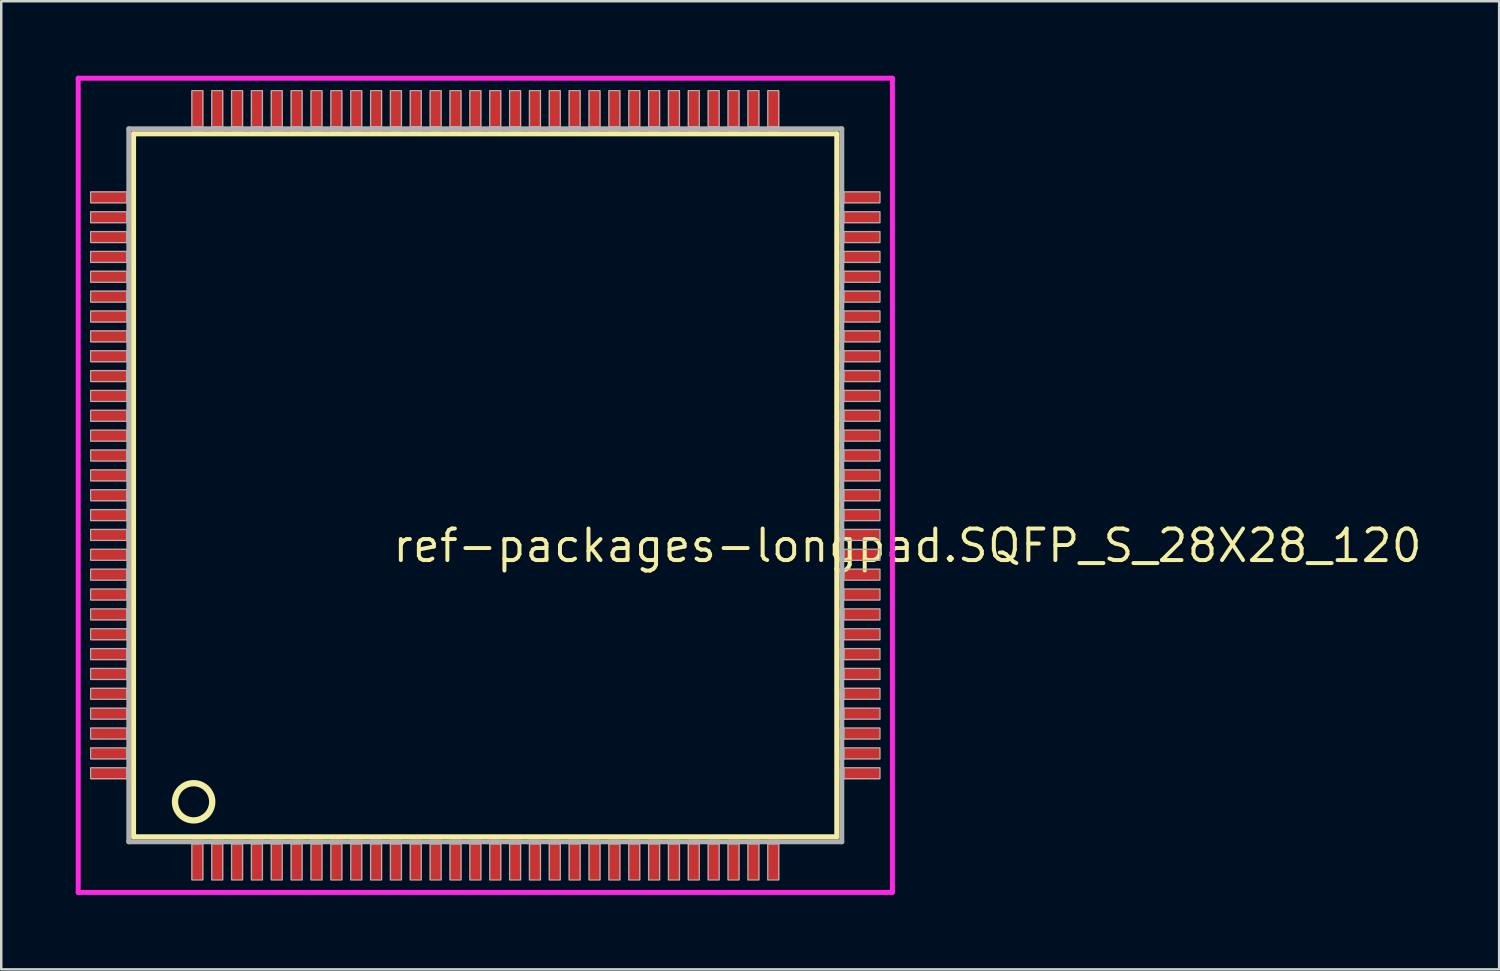
<source format=kicad_pcb>
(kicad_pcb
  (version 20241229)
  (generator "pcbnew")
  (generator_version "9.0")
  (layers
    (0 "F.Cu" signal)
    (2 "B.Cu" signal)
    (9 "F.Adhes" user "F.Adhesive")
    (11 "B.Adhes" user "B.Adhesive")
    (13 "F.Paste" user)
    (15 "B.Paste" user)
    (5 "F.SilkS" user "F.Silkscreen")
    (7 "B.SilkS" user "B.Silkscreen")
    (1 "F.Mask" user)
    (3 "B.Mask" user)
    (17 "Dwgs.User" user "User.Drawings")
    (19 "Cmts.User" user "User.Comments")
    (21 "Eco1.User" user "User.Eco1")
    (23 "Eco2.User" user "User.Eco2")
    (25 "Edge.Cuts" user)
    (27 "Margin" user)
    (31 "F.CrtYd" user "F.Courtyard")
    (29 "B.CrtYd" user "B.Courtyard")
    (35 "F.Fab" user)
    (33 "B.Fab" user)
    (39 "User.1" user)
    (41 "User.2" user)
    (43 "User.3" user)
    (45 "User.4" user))
  (footprint "ref-packages-longpad.SQFP_S_28X28_120"
    (layer "F.Cu")
    (at 16.5 16.5)
    (property "Reference" "ref-packages-longpad.SQFP_S_28X28_120" (at -3.81 3.175 0) (layer "F.SilkS") (effects (font (size 1.27 1.27) (thickness 0.16)) (justify left bottom)))
    (attr smd)
    (fp_line (start -14.17 -14.16) (end 14.16 -14.16) (stroke (width 0.203) (type default)) (layer "F.SilkS"))
    (fp_line (start -14.17 14.16) (end -14.17 -14.16) (stroke (width 0.203) (type default)) (layer "F.SilkS"))
    (fp_line (start 14.16 -14.16) (end 14.16 14.16) (stroke (width 0.203) (type default)) (layer "F.SilkS"))
    (fp_line (start 14.16 14.16) (end -14.17 14.16) (stroke (width 0.203) (type default)) (layer "F.SilkS"))
    (fp_circle (center -11.75 12.75) (end -11 12.75) (stroke (width 0.254) (type default)) (fill no) (layer "F.SilkS"))
    (fp_line (start -16.4 -16.4) (end 16.4 -16.4) (stroke (width 0.2) (type default)) (layer "F.CrtYd"))
    (fp_line (start -16.4 16.4) (end -16.4 -16.4) (stroke (width 0.2) (type default)) (layer "F.CrtYd"))
    (fp_line (start 16.4 -16.4) (end 16.4 16.4) (stroke (width 0.2) (type default)) (layer "F.CrtYd"))
    (fp_line (start 16.4 16.4) (end -16.4 16.4) (stroke (width 0.2) (type default)) (layer "F.CrtYd"))
    (fp_line (start -14.36 -14.36) (end -14.36 14.36) (stroke (width 0.203) (type default)) (layer "F.Fab"))
    (fp_line (start -14.36 14.36) (end 14.36 14.36) (stroke (width 0.203) (type default)) (layer "F.Fab"))
    (fp_line (start 14.36 -14.36) (end -14.36 -14.36) (stroke (width 0.203) (type default)) (layer "F.Fab"))
    (fp_line (start 14.36 14.36) (end 14.36 -14.36) (stroke (width 0.203) (type default)) (layer "F.Fab"))
    (fp_rect (start -15.9 -11.38) (end -14.45 -11.82) (stroke (width 0.05) (type default)) (fill no) (layer "F.Fab"))
    (fp_rect (start -15.9 -10.58) (end -14.45 -11.02) (stroke (width 0.05) (type default)) (fill no) (layer "F.Fab"))
    (fp_rect (start -15.9 -9.78) (end -14.45 -10.22) (stroke (width 0.05) (type default)) (fill no) (layer "F.Fab"))
    (fp_rect (start -15.9 -8.98) (end -14.45 -9.42) (stroke (width 0.05) (type default)) (fill no) (layer "F.Fab"))
    (fp_rect (start -15.9 -8.18) (end -14.45 -8.62) (stroke (width 0.05) (type default)) (fill no) (layer "F.Fab"))
    (fp_rect (start -15.9 -7.38) (end -14.45 -7.82) (stroke (width 0.05) (type default)) (fill no) (layer "F.Fab"))
    (fp_rect (start -15.9 -6.58) (end -14.45 -7.02) (stroke (width 0.05) (type default)) (fill no) (layer "F.Fab"))
    (fp_rect (start -15.9 -5.78) (end -14.45 -6.22) (stroke (width 0.05) (type default)) (fill no) (layer "F.Fab"))
    (fp_rect (start -15.9 -4.98) (end -14.45 -5.42) (stroke (width 0.05) (type default)) (fill no) (layer "F.Fab"))
    (fp_rect (start -15.9 -4.18) (end -14.45 -4.62) (stroke (width 0.05) (type default)) (fill no) (layer "F.Fab"))
    (fp_rect (start -15.9 -3.38) (end -14.45 -3.82) (stroke (width 0.05) (type default)) (fill no) (layer "F.Fab"))
    (fp_rect (start -15.9 -2.58) (end -14.45 -3.02) (stroke (width 0.05) (type default)) (fill no) (layer "F.Fab"))
    (fp_rect (start -15.9 -1.78) (end -14.45 -2.22) (stroke (width 0.05) (type default)) (fill no) (layer "F.Fab"))
    (fp_rect (start -15.9 -0.98) (end -14.45 -1.42) (stroke (width 0.05) (type default)) (fill no) (layer "F.Fab"))
    (fp_rect (start -15.9 -0.18) (end -14.45 -0.62) (stroke (width 0.05) (type default)) (fill no) (layer "F.Fab"))
    (fp_rect (start -15.9 0.62) (end -14.45 0.18) (stroke (width 0.05) (type default)) (fill no) (layer "F.Fab"))
    (fp_rect (start -15.9 1.42) (end -14.45 0.98) (stroke (width 0.05) (type default)) (fill no) (layer "F.Fab"))
    (fp_rect (start -15.9 2.22) (end -14.45 1.78) (stroke (width 0.05) (type default)) (fill no) (layer "F.Fab"))
    (fp_rect (start -15.9 3.02) (end -14.45 2.58) (stroke (width 0.05) (type default)) (fill no) (layer "F.Fab"))
    (fp_rect (start -15.9 3.82) (end -14.45 3.38) (stroke (width 0.05) (type default)) (fill no) (layer "F.Fab"))
    (fp_rect (start -15.9 4.62) (end -14.45 4.18) (stroke (width 0.05) (type default)) (fill no) (layer "F.Fab"))
    (fp_rect (start -15.9 5.42) (end -14.45 4.98) (stroke (width 0.05) (type default)) (fill no) (layer "F.Fab"))
    (fp_rect (start -15.9 6.22) (end -14.45 5.78) (stroke (width 0.05) (type default)) (fill no) (layer "F.Fab"))
    (fp_rect (start -15.9 7.02) (end -14.45 6.58) (stroke (width 0.05) (type default)) (fill no) (layer "F.Fab"))
    (fp_rect (start -15.9 7.82) (end -14.45 7.38) (stroke (width 0.05) (type default)) (fill no) (layer "F.Fab"))
    (fp_rect (start -15.9 8.62) (end -14.45 8.18) (stroke (width 0.05) (type default)) (fill no) (layer "F.Fab"))
    (fp_rect (start -15.9 9.42) (end -14.45 8.98) (stroke (width 0.05) (type default)) (fill no) (layer "F.Fab"))
    (fp_rect (start -15.9 10.22) (end -14.45 9.78) (stroke (width 0.05) (type default)) (fill no) (layer "F.Fab"))
    (fp_rect (start -15.9 11.02) (end -14.45 10.58) (stroke (width 0.05) (type default)) (fill no) (layer "F.Fab"))
    (fp_rect (start -15.9 11.82) (end -14.45 11.38) (stroke (width 0.05) (type default)) (fill no) (layer "F.Fab"))
    (fp_rect (start -11.82 -14.45) (end -11.38 -15.9) (stroke (width 0.05) (type default)) (fill no) (layer "F.Fab"))
    (fp_rect (start -11.82 15.9) (end -11.38 14.45) (stroke (width 0.05) (type default)) (fill no) (layer "F.Fab"))
    (fp_rect (start -11.02 -14.45) (end -10.58 -15.9) (stroke (width 0.05) (type default)) (fill no) (layer "F.Fab"))
    (fp_rect (start -11.02 15.9) (end -10.58 14.45) (stroke (width 0.05) (type default)) (fill no) (layer "F.Fab"))
    (fp_rect (start -10.22 -14.45) (end -9.78 -15.9) (stroke (width 0.05) (type default)) (fill no) (layer "F.Fab"))
    (fp_rect (start -10.22 15.9) (end -9.78 14.45) (stroke (width 0.05) (type default)) (fill no) (layer "F.Fab"))
    (fp_rect (start -9.42 -14.45) (end -8.98 -15.9) (stroke (width 0.05) (type default)) (fill no) (layer "F.Fab"))
    (fp_rect (start -9.42 15.9) (end -8.98 14.45) (stroke (width 0.05) (type default)) (fill no) (layer "F.Fab"))
    (fp_rect (start -8.62 -14.45) (end -8.18 -15.9) (stroke (width 0.05) (type default)) (fill no) (layer "F.Fab"))
    (fp_rect (start -8.62 15.9) (end -8.18 14.45) (stroke (width 0.05) (type default)) (fill no) (layer "F.Fab"))
    (fp_rect (start -7.82 -14.45) (end -7.38 -15.9) (stroke (width 0.05) (type default)) (fill no) (layer "F.Fab"))
    (fp_rect (start -7.82 15.9) (end -7.38 14.45) (stroke (width 0.05) (type default)) (fill no) (layer "F.Fab"))
    (fp_rect (start -7.02 -14.45) (end -6.58 -15.9) (stroke (width 0.05) (type default)) (fill no) (layer "F.Fab"))
    (fp_rect (start -7.02 15.9) (end -6.58 14.45) (stroke (width 0.05) (type default)) (fill no) (layer "F.Fab"))
    (fp_rect (start -6.22 -14.45) (end -5.78 -15.9) (stroke (width 0.05) (type default)) (fill no) (layer "F.Fab"))
    (fp_rect (start -6.22 15.9) (end -5.78 14.45) (stroke (width 0.05) (type default)) (fill no) (layer "F.Fab"))
    (fp_rect (start -5.42 -14.45) (end -4.98 -15.9) (stroke (width 0.05) (type default)) (fill no) (layer "F.Fab"))
    (fp_rect (start -5.42 15.9) (end -4.98 14.45) (stroke (width 0.05) (type default)) (fill no) (layer "F.Fab"))
    (fp_rect (start -4.62 -14.45) (end -4.18 -15.9) (stroke (width 0.05) (type default)) (fill no) (layer "F.Fab"))
    (fp_rect (start -4.62 15.9) (end -4.18 14.45) (stroke (width 0.05) (type default)) (fill no) (layer "F.Fab"))
    (fp_rect (start -3.82 -14.45) (end -3.38 -15.9) (stroke (width 0.05) (type default)) (fill no) (layer "F.Fab"))
    (fp_rect (start -3.82 15.9) (end -3.38 14.45) (stroke (width 0.05) (type default)) (fill no) (layer "F.Fab"))
    (fp_rect (start -3.02 -14.45) (end -2.58 -15.9) (stroke (width 0.05) (type default)) (fill no) (layer "F.Fab"))
    (fp_rect (start -3.02 15.9) (end -2.58 14.45) (stroke (width 0.05) (type default)) (fill no) (layer "F.Fab"))
    (fp_rect (start -2.22 -14.45) (end -1.78 -15.9) (stroke (width 0.05) (type default)) (fill no) (layer "F.Fab"))
    (fp_rect (start -2.22 15.9) (end -1.78 14.45) (stroke (width 0.05) (type default)) (fill no) (layer "F.Fab"))
    (fp_rect (start -1.42 -14.45) (end -0.98 -15.9) (stroke (width 0.05) (type default)) (fill no) (layer "F.Fab"))
    (fp_rect (start -1.42 15.9) (end -0.98 14.45) (stroke (width 0.05) (type default)) (fill no) (layer "F.Fab"))
    (fp_rect (start -0.62 -14.45) (end -0.18 -15.9) (stroke (width 0.05) (type default)) (fill no) (layer "F.Fab"))
    (fp_rect (start -0.62 15.9) (end -0.18 14.45) (stroke (width 0.05) (type default)) (fill no) (layer "F.Fab"))
    (fp_rect (start 0.18 -14.45) (end 0.62 -15.9) (stroke (width 0.05) (type default)) (fill no) (layer "F.Fab"))
    (fp_rect (start 0.18 15.9) (end 0.62 14.45) (stroke (width 0.05) (type default)) (fill no) (layer "F.Fab"))
    (fp_rect (start 0.98 -14.45) (end 1.42 -15.9) (stroke (width 0.05) (type default)) (fill no) (layer "F.Fab"))
    (fp_rect (start 0.98 15.9) (end 1.42 14.45) (stroke (width 0.05) (type default)) (fill no) (layer "F.Fab"))
    (fp_rect (start 1.78 -14.45) (end 2.22 -15.9) (stroke (width 0.05) (type default)) (fill no) (layer "F.Fab"))
    (fp_rect (start 1.78 15.9) (end 2.22 14.45) (stroke (width 0.05) (type default)) (fill no) (layer "F.Fab"))
    (fp_rect (start 2.58 -14.45) (end 3.02 -15.9) (stroke (width 0.05) (type default)) (fill no) (layer "F.Fab"))
    (fp_rect (start 2.58 15.9) (end 3.02 14.45) (stroke (width 0.05) (type default)) (fill no) (layer "F.Fab"))
    (fp_rect (start 3.38 -14.45) (end 3.82 -15.9) (stroke (width 0.05) (type default)) (fill no) (layer "F.Fab"))
    (fp_rect (start 3.38 15.9) (end 3.82 14.45) (stroke (width 0.05) (type default)) (fill no) (layer "F.Fab"))
    (fp_rect (start 4.18 -14.45) (end 4.62 -15.9) (stroke (width 0.05) (type default)) (fill no) (layer "F.Fab"))
    (fp_rect (start 4.18 15.9) (end 4.62 14.45) (stroke (width 0.05) (type default)) (fill no) (layer "F.Fab"))
    (fp_rect (start 4.98 -14.45) (end 5.42 -15.9) (stroke (width 0.05) (type default)) (fill no) (layer "F.Fab"))
    (fp_rect (start 4.98 15.9) (end 5.42 14.45) (stroke (width 0.05) (type default)) (fill no) (layer "F.Fab"))
    (fp_rect (start 5.78 -14.45) (end 6.22 -15.9) (stroke (width 0.05) (type default)) (fill no) (layer "F.Fab"))
    (fp_rect (start 5.78 15.9) (end 6.22 14.45) (stroke (width 0.05) (type default)) (fill no) (layer "F.Fab"))
    (fp_rect (start 6.58 -14.45) (end 7.02 -15.9) (stroke (width 0.05) (type default)) (fill no) (layer "F.Fab"))
    (fp_rect (start 6.58 15.9) (end 7.02 14.45) (stroke (width 0.05) (type default)) (fill no) (layer "F.Fab"))
    (fp_rect (start 7.38 -14.45) (end 7.82 -15.9) (stroke (width 0.05) (type default)) (fill no) (layer "F.Fab"))
    (fp_rect (start 7.38 15.9) (end 7.82 14.45) (stroke (width 0.05) (type default)) (fill no) (layer "F.Fab"))
    (fp_rect (start 8.18 -14.45) (end 8.62 -15.9) (stroke (width 0.05) (type default)) (fill no) (layer "F.Fab"))
    (fp_rect (start 8.18 15.9) (end 8.62 14.45) (stroke (width 0.05) (type default)) (fill no) (layer "F.Fab"))
    (fp_rect (start 8.98 -14.45) (end 9.42 -15.9) (stroke (width 0.05) (type default)) (fill no) (layer "F.Fab"))
    (fp_rect (start 8.98 15.9) (end 9.42 14.45) (stroke (width 0.05) (type default)) (fill no) (layer "F.Fab"))
    (fp_rect (start 9.78 -14.45) (end 10.22 -15.9) (stroke (width 0.05) (type default)) (fill no) (layer "F.Fab"))
    (fp_rect (start 9.78 15.9) (end 10.22 14.45) (stroke (width 0.05) (type default)) (fill no) (layer "F.Fab"))
    (fp_rect (start 10.58 -14.45) (end 11.02 -15.9) (stroke (width 0.05) (type default)) (fill no) (layer "F.Fab"))
    (fp_rect (start 10.58 15.9) (end 11.02 14.45) (stroke (width 0.05) (type default)) (fill no) (layer "F.Fab"))
    (fp_rect (start 11.38 -14.45) (end 11.82 -15.9) (stroke (width 0.05) (type default)) (fill no) (layer "F.Fab"))
    (fp_rect (start 11.38 15.9) (end 11.82 14.45) (stroke (width 0.05) (type default)) (fill no) (layer "F.Fab"))
    (fp_rect (start 14.45 -11.38) (end 15.9 -11.82) (stroke (width 0.05) (type default)) (fill no) (layer "F.Fab"))
    (fp_rect (start 14.45 -10.58) (end 15.9 -11.02) (stroke (width 0.05) (type default)) (fill no) (layer "F.Fab"))
    (fp_rect (start 14.45 -9.78) (end 15.9 -10.22) (stroke (width 0.05) (type default)) (fill no) (layer "F.Fab"))
    (fp_rect (start 14.45 -8.98) (end 15.9 -9.42) (stroke (width 0.05) (type default)) (fill no) (layer "F.Fab"))
    (fp_rect (start 14.45 -8.18) (end 15.9 -8.62) (stroke (width 0.05) (type default)) (fill no) (layer "F.Fab"))
    (fp_rect (start 14.45 -7.38) (end 15.9 -7.82) (stroke (width 0.05) (type default)) (fill no) (layer "F.Fab"))
    (fp_rect (start 14.45 -6.58) (end 15.9 -7.02) (stroke (width 0.05) (type default)) (fill no) (layer "F.Fab"))
    (fp_rect (start 14.45 -5.78) (end 15.9 -6.22) (stroke (width 0.05) (type default)) (fill no) (layer "F.Fab"))
    (fp_rect (start 14.45 -4.98) (end 15.9 -5.42) (stroke (width 0.05) (type default)) (fill no) (layer "F.Fab"))
    (fp_rect (start 14.45 -4.18) (end 15.9 -4.62) (stroke (width 0.05) (type default)) (fill no) (layer "F.Fab"))
    (fp_rect (start 14.45 -3.38) (end 15.9 -3.82) (stroke (width 0.05) (type default)) (fill no) (layer "F.Fab"))
    (fp_rect (start 14.45 -2.58) (end 15.9 -3.02) (stroke (width 0.05) (type default)) (fill no) (layer "F.Fab"))
    (fp_rect (start 14.45 -1.78) (end 15.9 -2.22) (stroke (width 0.05) (type default)) (fill no) (layer "F.Fab"))
    (fp_rect (start 14.45 -0.98) (end 15.9 -1.42) (stroke (width 0.05) (type default)) (fill no) (layer "F.Fab"))
    (fp_rect (start 14.45 -0.18) (end 15.9 -0.62) (stroke (width 0.05) (type default)) (fill no) (layer "F.Fab"))
    (fp_rect (start 14.45 0.62) (end 15.9 0.18) (stroke (width 0.05) (type default)) (fill no) (layer "F.Fab"))
    (fp_rect (start 14.45 1.42) (end 15.9 0.98) (stroke (width 0.05) (type default)) (fill no) (layer "F.Fab"))
    (fp_rect (start 14.45 2.22) (end 15.9 1.78) (stroke (width 0.05) (type default)) (fill no) (layer "F.Fab"))
    (fp_rect (start 14.45 3.02) (end 15.9 2.58) (stroke (width 0.05) (type default)) (fill no) (layer "F.Fab"))
    (fp_rect (start 14.45 3.82) (end 15.9 3.38) (stroke (width 0.05) (type default)) (fill no) (layer "F.Fab"))
    (fp_rect (start 14.45 4.62) (end 15.9 4.18) (stroke (width 0.05) (type default)) (fill no) (layer "F.Fab"))
    (fp_rect (start 14.45 5.42) (end 15.9 4.98) (stroke (width 0.05) (type default)) (fill no) (layer "F.Fab"))
    (fp_rect (start 14.45 6.22) (end 15.9 5.78) (stroke (width 0.05) (type default)) (fill no) (layer "F.Fab"))
    (fp_rect (start 14.45 7.02) (end 15.9 6.58) (stroke (width 0.05) (type default)) (fill no) (layer "F.Fab"))
    (fp_rect (start 14.45 7.82) (end 15.9 7.38) (stroke (width 0.05) (type default)) (fill no) (layer "F.Fab"))
    (fp_rect (start 14.45 8.62) (end 15.9 8.18) (stroke (width 0.05) (type default)) (fill no) (layer "F.Fab"))
    (fp_rect (start 14.45 9.42) (end 15.9 8.98) (stroke (width 0.05) (type default)) (fill no) (layer "F.Fab"))
    (fp_rect (start 14.45 10.22) (end 15.9 9.78) (stroke (width 0.05) (type default)) (fill no) (layer "F.Fab"))
    (fp_rect (start 14.45 11.02) (end 15.9 10.58) (stroke (width 0.05) (type default)) (fill no) (layer "F.Fab"))
    (fp_rect (start 14.45 11.82) (end 15.9 11.38) (stroke (width 0.05) (type default)) (fill no) (layer "F.Fab"))
    (pad "1" smd roundrect (at -11.6 15) (size 0.5 1.8) (layers "F.Cu" "F.Mask" "F.Paste") (roundrect_rratio 0.01))
    (pad "2" smd roundrect (at -10.8 15) (size 0.5 1.8) (layers "F.Cu" "F.Mask" "F.Paste") (roundrect_rratio 0.01))
    (pad "3" smd roundrect (at -10 15) (size 0.5 1.8) (layers "F.Cu" "F.Mask" "F.Paste") (roundrect_rratio 0.01))
    (pad "4" smd roundrect (at -9.2 15) (size 0.5 1.8) (layers "F.Cu" "F.Mask" "F.Paste") (roundrect_rratio 0.01))
    (pad "5" smd roundrect (at -8.4 15) (size 0.5 1.8) (layers "F.Cu" "F.Mask" "F.Paste") (roundrect_rratio 0.01))
    (pad "6" smd roundrect (at -7.6 15) (size 0.5 1.8) (layers "F.Cu" "F.Mask" "F.Paste") (roundrect_rratio 0.01))
    (pad "7" smd roundrect (at -6.8 15) (size 0.5 1.8) (layers "F.Cu" "F.Mask" "F.Paste") (roundrect_rratio 0.01))
    (pad "8" smd roundrect (at -6 15) (size 0.5 1.8) (layers "F.Cu" "F.Mask" "F.Paste") (roundrect_rratio 0.01))
    (pad "9" smd roundrect (at -5.2 15) (size 0.5 1.8) (layers "F.Cu" "F.Mask" "F.Paste") (roundrect_rratio 0.01))
    (pad "10" smd roundrect (at -4.4 15) (size 0.5 1.8) (layers "F.Cu" "F.Mask" "F.Paste") (roundrect_rratio 0.01))
    (pad "11" smd roundrect (at -3.6 15) (size 0.5 1.8) (layers "F.Cu" "F.Mask" "F.Paste") (roundrect_rratio 0.01))
    (pad "12" smd roundrect (at -2.8 15) (size 0.5 1.8) (layers "F.Cu" "F.Mask" "F.Paste") (roundrect_rratio 0.01))
    (pad "13" smd roundrect (at -2 15) (size 0.5 1.8) (layers "F.Cu" "F.Mask" "F.Paste") (roundrect_rratio 0.01))
    (pad "14" smd roundrect (at -1.2 15) (size 0.5 1.8) (layers "F.Cu" "F.Mask" "F.Paste") (roundrect_rratio 0.01))
    (pad "15" smd roundrect (at -0.4 15) (size 0.5 1.8) (layers "F.Cu" "F.Mask" "F.Paste") (roundrect_rratio 0.01))
    (pad "16" smd roundrect (at 0.4 15) (size 0.5 1.8) (layers "F.Cu" "F.Mask" "F.Paste") (roundrect_rratio 0.01))
    (pad "17" smd roundrect (at 1.2 15) (size 0.5 1.8) (layers "F.Cu" "F.Mask" "F.Paste") (roundrect_rratio 0.01))
    (pad "18" smd roundrect (at 2 15) (size 0.5 1.8) (layers "F.Cu" "F.Mask" "F.Paste") (roundrect_rratio 0.01))
    (pad "19" smd roundrect (at 2.8 15) (size 0.5 1.8) (layers "F.Cu" "F.Mask" "F.Paste") (roundrect_rratio 0.01))
    (pad "20" smd roundrect (at 3.6 15) (size 0.5 1.8) (layers "F.Cu" "F.Mask" "F.Paste") (roundrect_rratio 0.01))
    (pad "21" smd roundrect (at 4.4 15) (size 0.5 1.8) (layers "F.Cu" "F.Mask" "F.Paste") (roundrect_rratio 0.01))
    (pad "22" smd roundrect (at 5.2 15) (size 0.5 1.8) (layers "F.Cu" "F.Mask" "F.Paste") (roundrect_rratio 0.01))
    (pad "23" smd roundrect (at 6 15) (size 0.5 1.8) (layers "F.Cu" "F.Mask" "F.Paste") (roundrect_rratio 0.01))
    (pad "24" smd roundrect (at 6.8 15) (size 0.5 1.8) (layers "F.Cu" "F.Mask" "F.Paste") (roundrect_rratio 0.01))
    (pad "25" smd roundrect (at 7.6 15) (size 0.5 1.8) (layers "F.Cu" "F.Mask" "F.Paste") (roundrect_rratio 0.01))
    (pad "26" smd roundrect (at 8.4 15) (size 0.5 1.8) (layers "F.Cu" "F.Mask" "F.Paste") (roundrect_rratio 0.01))
    (pad "27" smd roundrect (at 9.2 15) (size 0.5 1.8) (layers "F.Cu" "F.Mask" "F.Paste") (roundrect_rratio 0.01))
    (pad "28" smd roundrect (at 10 15) (size 0.5 1.8) (layers "F.Cu" "F.Mask" "F.Paste") (roundrect_rratio 0.01))
    (pad "29" smd roundrect (at 10.8 15) (size 0.5 1.8) (layers "F.Cu" "F.Mask" "F.Paste") (roundrect_rratio 0.01))
    (pad "30" smd roundrect (at 11.6 15) (size 0.5 1.8) (layers "F.Cu" "F.Mask" "F.Paste") (roundrect_rratio 0.01))
    (pad "31" smd roundrect (at 15 11.6) (size 1.8 0.5) (layers "F.Cu" "F.Mask" "F.Paste") (roundrect_rratio 0.01))
    (pad "32" smd roundrect (at 15 10.8) (size 1.8 0.5) (layers "F.Cu" "F.Mask" "F.Paste") (roundrect_rratio 0.01))
    (pad "33" smd roundrect (at 15 10) (size 1.8 0.5) (layers "F.Cu" "F.Mask" "F.Paste") (roundrect_rratio 0.01))
    (pad "34" smd roundrect (at 15 9.2) (size 1.8 0.5) (layers "F.Cu" "F.Mask" "F.Paste") (roundrect_rratio 0.01))
    (pad "35" smd roundrect (at 15 8.4) (size 1.8 0.5) (layers "F.Cu" "F.Mask" "F.Paste") (roundrect_rratio 0.01))
    (pad "36" smd roundrect (at 15 7.6) (size 1.8 0.5) (layers "F.Cu" "F.Mask" "F.Paste") (roundrect_rratio 0.01))
    (pad "37" smd roundrect (at 15 6.8) (size 1.8 0.5) (layers "F.Cu" "F.Mask" "F.Paste") (roundrect_rratio 0.01))
    (pad "38" smd roundrect (at 15 6) (size 1.8 0.5) (layers "F.Cu" "F.Mask" "F.Paste") (roundrect_rratio 0.01))
    (pad "39" smd roundrect (at 15 5.2) (size 1.8 0.5) (layers "F.Cu" "F.Mask" "F.Paste") (roundrect_rratio 0.01))
    (pad "40" smd roundrect (at 15 4.4) (size 1.8 0.5) (layers "F.Cu" "F.Mask" "F.Paste") (roundrect_rratio 0.01))
    (pad "41" smd roundrect (at 15 3.6) (size 1.8 0.5) (layers "F.Cu" "F.Mask" "F.Paste") (roundrect_rratio 0.01))
    (pad "42" smd roundrect (at 15 2.8) (size 1.8 0.5) (layers "F.Cu" "F.Mask" "F.Paste") (roundrect_rratio 0.01))
    (pad "43" smd roundrect (at 15 2) (size 1.8 0.5) (layers "F.Cu" "F.Mask" "F.Paste") (roundrect_rratio 0.01))
    (pad "44" smd roundrect (at 15 1.2) (size 1.8 0.5) (layers "F.Cu" "F.Mask" "F.Paste") (roundrect_rratio 0.01))
    (pad "45" smd roundrect (at 15 0.4) (size 1.8 0.5) (layers "F.Cu" "F.Mask" "F.Paste") (roundrect_rratio 0.01))
    (pad "46" smd roundrect (at 15 -0.4) (size 1.8 0.5) (layers "F.Cu" "F.Mask" "F.Paste") (roundrect_rratio 0.01))
    (pad "47" smd roundrect (at 15 -1.2) (size 1.8 0.5) (layers "F.Cu" "F.Mask" "F.Paste") (roundrect_rratio 0.01))
    (pad "48" smd roundrect (at 15 -2) (size 1.8 0.5) (layers "F.Cu" "F.Mask" "F.Paste") (roundrect_rratio 0.01))
    (pad "49" smd roundrect (at 15 -2.8) (size 1.8 0.5) (layers "F.Cu" "F.Mask" "F.Paste") (roundrect_rratio 0.01))
    (pad "50" smd roundrect (at 15 -3.6) (size 1.8 0.5) (layers "F.Cu" "F.Mask" "F.Paste") (roundrect_rratio 0.01))
    (pad "51" smd roundrect (at 15 -4.4) (size 1.8 0.5) (layers "F.Cu" "F.Mask" "F.Paste") (roundrect_rratio 0.01))
    (pad "52" smd roundrect (at 15 -5.2) (size 1.8 0.5) (layers "F.Cu" "F.Mask" "F.Paste") (roundrect_rratio 0.01))
    (pad "53" smd roundrect (at 15 -6) (size 1.8 0.5) (layers "F.Cu" "F.Mask" "F.Paste") (roundrect_rratio 0.01))
    (pad "54" smd roundrect (at 15 -6.8) (size 1.8 0.5) (layers "F.Cu" "F.Mask" "F.Paste") (roundrect_rratio 0.01))
    (pad "55" smd roundrect (at 15 -7.6) (size 1.8 0.5) (layers "F.Cu" "F.Mask" "F.Paste") (roundrect_rratio 0.01))
    (pad "56" smd roundrect (at 15 -8.4) (size 1.8 0.5) (layers "F.Cu" "F.Mask" "F.Paste") (roundrect_rratio 0.01))
    (pad "57" smd roundrect (at 15 -9.2) (size 1.8 0.5) (layers "F.Cu" "F.Mask" "F.Paste") (roundrect_rratio 0.01))
    (pad "58" smd roundrect (at 15 -10) (size 1.8 0.5) (layers "F.Cu" "F.Mask" "F.Paste") (roundrect_rratio 0.01))
    (pad "59" smd roundrect (at 15 -10.8) (size 1.8 0.5) (layers "F.Cu" "F.Mask" "F.Paste") (roundrect_rratio 0.01))
    (pad "60" smd roundrect (at 15 -11.6) (size 1.8 0.5) (layers "F.Cu" "F.Mask" "F.Paste") (roundrect_rratio 0.01))
    (pad "61" smd roundrect (at 11.6 -15) (size 0.5 1.8) (layers "F.Cu" "F.Mask" "F.Paste") (roundrect_rratio 0.01))
    (pad "62" smd roundrect (at 10.8 -15) (size 0.5 1.8) (layers "F.Cu" "F.Mask" "F.Paste") (roundrect_rratio 0.01))
    (pad "63" smd roundrect (at 10 -15) (size 0.5 1.8) (layers "F.Cu" "F.Mask" "F.Paste") (roundrect_rratio 0.01))
    (pad "64" smd roundrect (at 9.2 -15) (size 0.5 1.8) (layers "F.Cu" "F.Mask" "F.Paste") (roundrect_rratio 0.01))
    (pad "65" smd roundrect (at 8.4 -15) (size 0.5 1.8) (layers "F.Cu" "F.Mask" "F.Paste") (roundrect_rratio 0.01))
    (pad "66" smd roundrect (at 7.6 -15) (size 0.5 1.8) (layers "F.Cu" "F.Mask" "F.Paste") (roundrect_rratio 0.01))
    (pad "67" smd roundrect (at 6.8 -15) (size 0.5 1.8) (layers "F.Cu" "F.Mask" "F.Paste") (roundrect_rratio 0.01))
    (pad "68" smd roundrect (at 6 -15) (size 0.5 1.8) (layers "F.Cu" "F.Mask" "F.Paste") (roundrect_rratio 0.01))
    (pad "69" smd roundrect (at 5.2 -15) (size 0.5 1.8) (layers "F.Cu" "F.Mask" "F.Paste") (roundrect_rratio 0.01))
    (pad "70" smd roundrect (at 4.4 -15) (size 0.5 1.8) (layers "F.Cu" "F.Mask" "F.Paste") (roundrect_rratio 0.01))
    (pad "71" smd roundrect (at 3.6 -15) (size 0.5 1.8) (layers "F.Cu" "F.Mask" "F.Paste") (roundrect_rratio 0.01))
    (pad "72" smd roundrect (at 2.8 -15) (size 0.5 1.8) (layers "F.Cu" "F.Mask" "F.Paste") (roundrect_rratio 0.01))
    (pad "73" smd roundrect (at 2 -15) (size 0.5 1.8) (layers "F.Cu" "F.Mask" "F.Paste") (roundrect_rratio 0.01))
    (pad "74" smd roundrect (at 1.2 -15) (size 0.5 1.8) (layers "F.Cu" "F.Mask" "F.Paste") (roundrect_rratio 0.01))
    (pad "75" smd roundrect (at 0.4 -15) (size 0.5 1.8) (layers "F.Cu" "F.Mask" "F.Paste") (roundrect_rratio 0.01))
    (pad "76" smd roundrect (at -0.4 -15) (size 0.5 1.8) (layers "F.Cu" "F.Mask" "F.Paste") (roundrect_rratio 0.01))
    (pad "77" smd roundrect (at -1.2 -15) (size 0.5 1.8) (layers "F.Cu" "F.Mask" "F.Paste") (roundrect_rratio 0.01))
    (pad "78" smd roundrect (at -2 -15) (size 0.5 1.8) (layers "F.Cu" "F.Mask" "F.Paste") (roundrect_rratio 0.01))
    (pad "79" smd roundrect (at -2.8 -15) (size 0.5 1.8) (layers "F.Cu" "F.Mask" "F.Paste") (roundrect_rratio 0.01))
    (pad "80" smd roundrect (at -3.6 -15) (size 0.5 1.8) (layers "F.Cu" "F.Mask" "F.Paste") (roundrect_rratio 0.01))
    (pad "81" smd roundrect (at -4.4 -15) (size 0.5 1.8) (layers "F.Cu" "F.Mask" "F.Paste") (roundrect_rratio 0.01))
    (pad "82" smd roundrect (at -5.2 -15) (size 0.5 1.8) (layers "F.Cu" "F.Mask" "F.Paste") (roundrect_rratio 0.01))
    (pad "83" smd roundrect (at -6 -15) (size 0.5 1.8) (layers "F.Cu" "F.Mask" "F.Paste") (roundrect_rratio 0.01))
    (pad "84" smd roundrect (at -6.8 -15) (size 0.5 1.8) (layers "F.Cu" "F.Mask" "F.Paste") (roundrect_rratio 0.01))
    (pad "85" smd roundrect (at -7.6 -15) (size 0.5 1.8) (layers "F.Cu" "F.Mask" "F.Paste") (roundrect_rratio 0.01))
    (pad "86" smd roundrect (at -8.4 -15) (size 0.5 1.8) (layers "F.Cu" "F.Mask" "F.Paste") (roundrect_rratio 0.01))
    (pad "87" smd roundrect (at -9.2 -15) (size 0.5 1.8) (layers "F.Cu" "F.Mask" "F.Paste") (roundrect_rratio 0.01))
    (pad "88" smd roundrect (at -10 -15) (size 0.5 1.8) (layers "F.Cu" "F.Mask" "F.Paste") (roundrect_rratio 0.01))
    (pad "89" smd roundrect (at -10.8 -15) (size 0.5 1.8) (layers "F.Cu" "F.Mask" "F.Paste") (roundrect_rratio 0.01))
    (pad "90" smd roundrect (at -11.6 -15) (size 0.5 1.8) (layers "F.Cu" "F.Mask" "F.Paste") (roundrect_rratio 0.01))
    (pad "91" smd roundrect (at -15 -11.6) (size 1.8 0.5) (layers "F.Cu" "F.Mask" "F.Paste") (roundrect_rratio 0.01))
    (pad "92" smd roundrect (at -15 -10.8) (size 1.8 0.5) (layers "F.Cu" "F.Mask" "F.Paste") (roundrect_rratio 0.01))
    (pad "93" smd roundrect (at -15 -10) (size 1.8 0.5) (layers "F.Cu" "F.Mask" "F.Paste") (roundrect_rratio 0.01))
    (pad "94" smd roundrect (at -15 -9.2) (size 1.8 0.5) (layers "F.Cu" "F.Mask" "F.Paste") (roundrect_rratio 0.01))
    (pad "95" smd roundrect (at -15 -8.4) (size 1.8 0.5) (layers "F.Cu" "F.Mask" "F.Paste") (roundrect_rratio 0.01))
    (pad "96" smd roundrect (at -15 -7.6) (size 1.8 0.5) (layers "F.Cu" "F.Mask" "F.Paste") (roundrect_rratio 0.01))
    (pad "97" smd roundrect (at -15 -6.8) (size 1.8 0.5) (layers "F.Cu" "F.Mask" "F.Paste") (roundrect_rratio 0.01))
    (pad "98" smd roundrect (at -15 -6) (size 1.8 0.5) (layers "F.Cu" "F.Mask" "F.Paste") (roundrect_rratio 0.01))
    (pad "99" smd roundrect (at -15 -5.2) (size 1.8 0.5) (layers "F.Cu" "F.Mask" "F.Paste") (roundrect_rratio 0.01))
    (pad "100" smd roundrect (at -15 -4.4) (size 1.8 0.5) (layers "F.Cu" "F.Mask" "F.Paste") (roundrect_rratio 0.01))
    (pad "101" smd roundrect (at -15 -3.6) (size 1.8 0.5) (layers "F.Cu" "F.Mask" "F.Paste") (roundrect_rratio 0.01))
    (pad "102" smd roundrect (at -15 -2.8) (size 1.8 0.5) (layers "F.Cu" "F.Mask" "F.Paste") (roundrect_rratio 0.01))
    (pad "103" smd roundrect (at -15 -2) (size 1.8 0.5) (layers "F.Cu" "F.Mask" "F.Paste") (roundrect_rratio 0.01))
    (pad "104" smd roundrect (at -15 -1.2) (size 1.8 0.5) (layers "F.Cu" "F.Mask" "F.Paste") (roundrect_rratio 0.01))
    (pad "105" smd roundrect (at -15 -0.4) (size 1.8 0.5) (layers "F.Cu" "F.Mask" "F.Paste") (roundrect_rratio 0.01))
    (pad "106" smd roundrect (at -15 0.4) (size 1.8 0.5) (layers "F.Cu" "F.Mask" "F.Paste") (roundrect_rratio 0.01))
    (pad "107" smd roundrect (at -15 1.2) (size 1.8 0.5) (layers "F.Cu" "F.Mask" "F.Paste") (roundrect_rratio 0.01))
    (pad "108" smd roundrect (at -15 2) (size 1.8 0.5) (layers "F.Cu" "F.Mask" "F.Paste") (roundrect_rratio 0.01))
    (pad "109" smd roundrect (at -15 2.8) (size 1.8 0.5) (layers "F.Cu" "F.Mask" "F.Paste") (roundrect_rratio 0.01))
    (pad "110" smd roundrect (at -15 3.6) (size 1.8 0.5) (layers "F.Cu" "F.Mask" "F.Paste") (roundrect_rratio 0.01))
    (pad "111" smd roundrect (at -15 4.4) (size 1.8 0.5) (layers "F.Cu" "F.Mask" "F.Paste") (roundrect_rratio 0.01))
    (pad "112" smd roundrect (at -15 5.2) (size 1.8 0.5) (layers "F.Cu" "F.Mask" "F.Paste") (roundrect_rratio 0.01))
    (pad "113" smd roundrect (at -15 6) (size 1.8 0.5) (layers "F.Cu" "F.Mask" "F.Paste") (roundrect_rratio 0.01))
    (pad "114" smd roundrect (at -15 6.8) (size 1.8 0.5) (layers "F.Cu" "F.Mask" "F.Paste") (roundrect_rratio 0.01))
    (pad "115" smd roundrect (at -15 7.6) (size 1.8 0.5) (layers "F.Cu" "F.Mask" "F.Paste") (roundrect_rratio 0.01))
    (pad "116" smd roundrect (at -15 8.4) (size 1.8 0.5) (layers "F.Cu" "F.Mask" "F.Paste") (roundrect_rratio 0.01))
    (pad "117" smd roundrect (at -15 9.2) (size 1.8 0.5) (layers "F.Cu" "F.Mask" "F.Paste") (roundrect_rratio 0.01))
    (pad "118" smd roundrect (at -15 10) (size 1.8 0.5) (layers "F.Cu" "F.Mask" "F.Paste") (roundrect_rratio 0.01))
    (pad "119" smd roundrect (at -15 10.8) (size 1.8 0.5) (layers "F.Cu" "F.Mask" "F.Paste") (roundrect_rratio 0.01))
    (pad "120" smd roundrect (at -15 11.6) (size 1.8 0.5) (layers "F.Cu" "F.Mask" "F.Paste") (roundrect_rratio 0.01)))
  (gr_rect
    (start -3 -3)
    (end 57.342 36)
    (stroke (width 0.1) (type default))
    (fill no)
    (layer "Edge.Cuts")))
</source>
